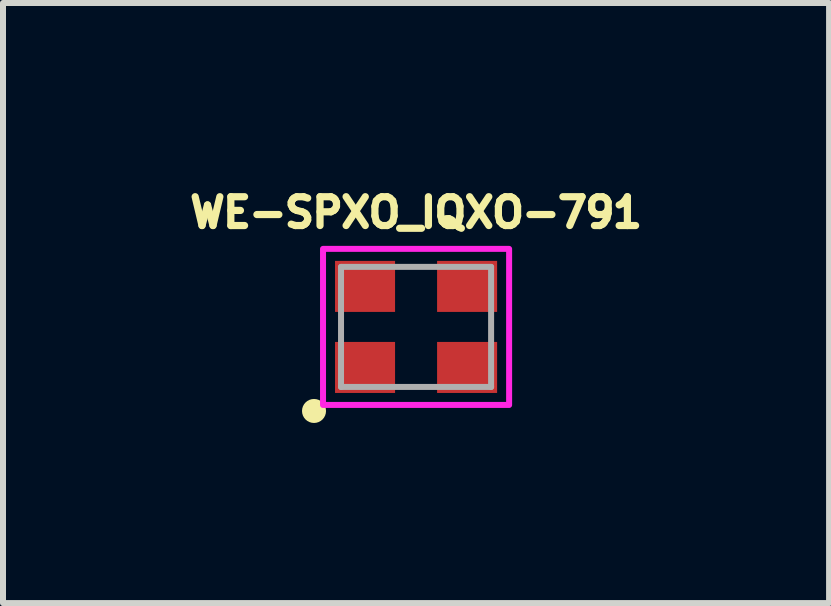
<source format=kicad_pcb>
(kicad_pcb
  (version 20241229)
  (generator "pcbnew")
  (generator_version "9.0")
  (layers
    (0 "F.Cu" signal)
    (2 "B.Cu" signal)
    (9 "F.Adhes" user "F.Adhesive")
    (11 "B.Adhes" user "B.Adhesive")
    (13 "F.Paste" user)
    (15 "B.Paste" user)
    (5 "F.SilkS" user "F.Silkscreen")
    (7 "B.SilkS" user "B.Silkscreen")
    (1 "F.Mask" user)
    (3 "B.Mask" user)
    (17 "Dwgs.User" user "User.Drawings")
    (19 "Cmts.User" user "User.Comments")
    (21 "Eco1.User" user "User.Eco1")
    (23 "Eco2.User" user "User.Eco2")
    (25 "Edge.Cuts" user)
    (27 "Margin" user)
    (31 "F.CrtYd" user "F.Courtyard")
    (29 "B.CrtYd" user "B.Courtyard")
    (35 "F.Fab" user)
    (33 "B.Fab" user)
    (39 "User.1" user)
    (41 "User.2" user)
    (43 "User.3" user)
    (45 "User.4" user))
  (footprint "WE-SPXO_IQXO-791"
    (layer "F.Cu")
    (at 3.881 2.396)
    (property "Reference" "WE-SPXO_IQXO-791" (at 0 -1.905 0) (layer "F.SilkS") (effects (font (size 0.48 0.48) (thickness 0.15))))
    (attr smd)
    (fp_circle (center -1.7 1.4) (end -1.6 1.4) (stroke (width 0.2) (type solid)) (fill no) (layer "F.SilkS"))
    (fp_poly (pts (xy -1.55 -1.3) (xy 1.55 -1.3) (xy 1.55 1.3) (xy -1.55 1.3)) (stroke (width 0.1) (type solid)) (fill no) (layer "F.CrtYd"))
    (fp_line (start -1.25 -1) (end 1.25 -1) (stroke (width 0.1) (type solid)) (layer "F.Fab"))
    (fp_line (start -1.25 1) (end -1.25 -1) (stroke (width 0.1) (type solid)) (layer "F.Fab"))
    (fp_line (start 1.25 -1) (end 1.25 1) (stroke (width 0.1) (type solid)) (layer "F.Fab"))
    (fp_line (start 1.25 1) (end -1.25 1) (stroke (width 0.1) (type solid)) (layer "F.Fab"))
    (pad "1" smd rect (at -0.85 0.675) (size 1 0.85) (layers "F.Cu" "F.Mask" "F.Paste"))
    (pad "2" smd rect (at 0.85 0.675) (size 1 0.85) (layers "F.Cu" "F.Mask" "F.Paste"))
    (pad "3" smd rect (at 0.85 -0.675) (size 1 0.85) (layers "F.Cu" "F.Mask" "F.Paste"))
    (pad "4" smd rect (at -0.85 -0.675) (size 1 0.85) (layers "F.Cu" "F.Mask" "F.Paste")))
  (gr_rect
    (start -3 -3)
    (end 10.761 6.996)
    (stroke (width 0.1) (type default))
    (fill no)
    (layer "Edge.Cuts")))
</source>
